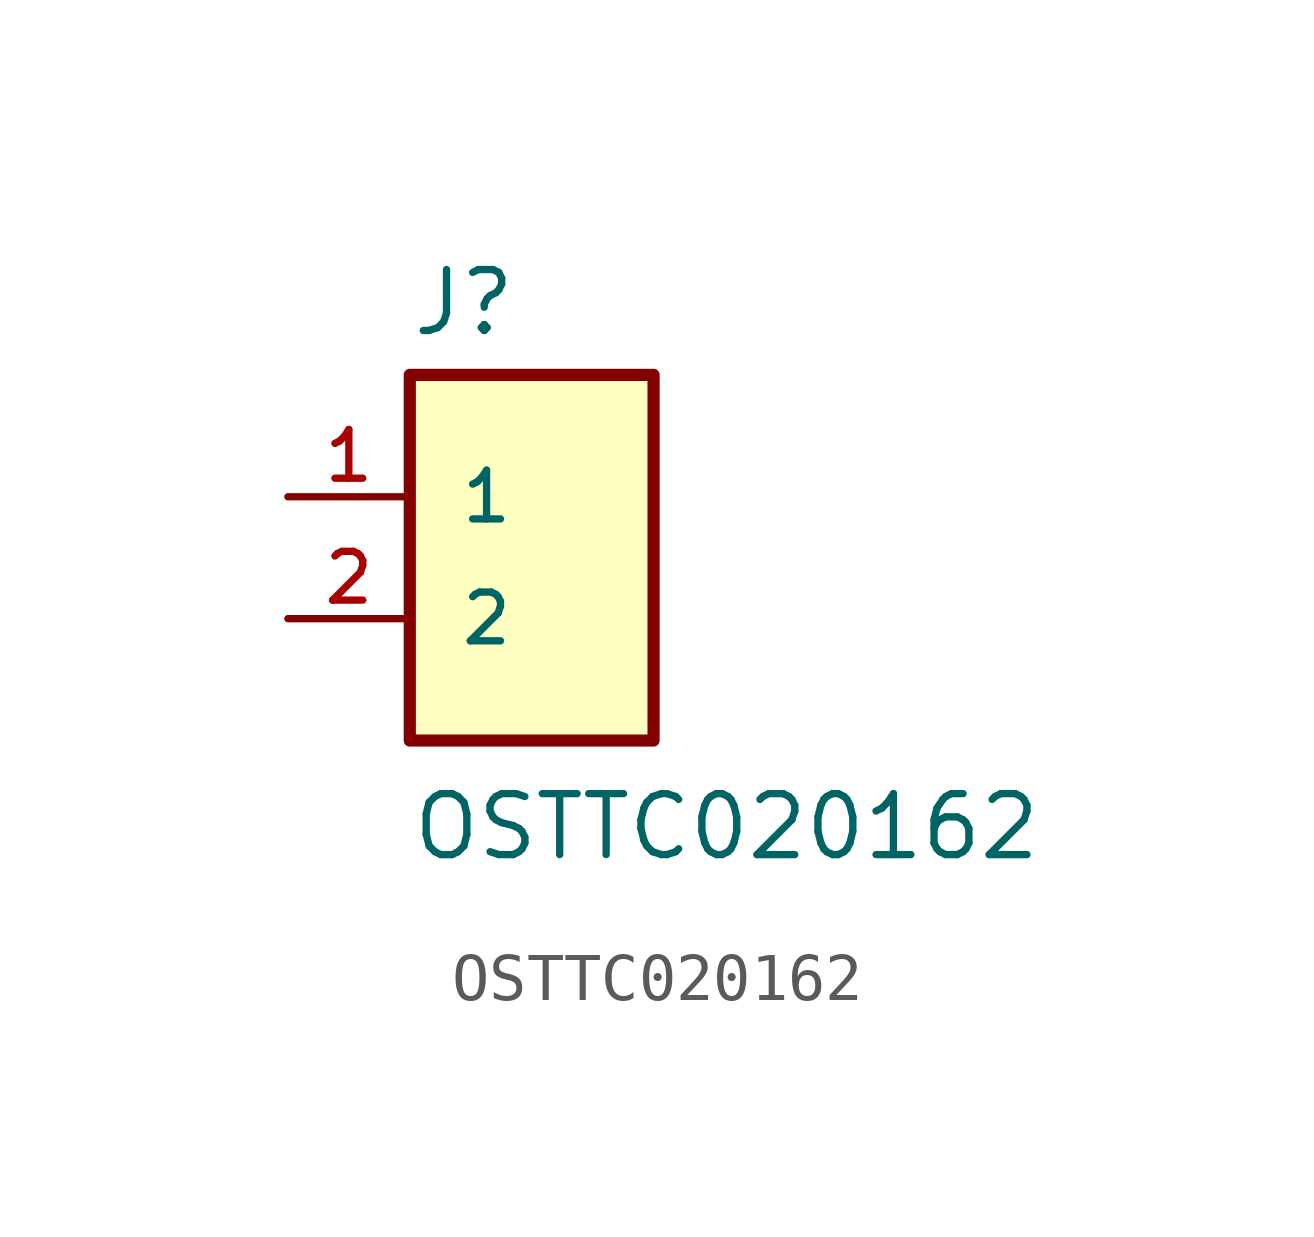
<source format=kicad_sym>
(kicad_symbol_lib
  (version 20211014)
  (generator kicad_symbol_editor)
  (symbol "OSTTC020162"
    (pin_names
      (offset 1.016))
    (property "Reference" "J"
      (at -2.54 5.842 0)
      (effects (font (size 1.27 1.27)) (justify bottom left)))
    (property "Value" "OSTTC020162"
      (at -2.54 -5.08 0)
      (effects (font (size 1.27 1.27)) (justify bottom left)))
    (symbol "OSTTC020162_0_0"
      (rectangle (start -2.54 -2.54) (end 2.54 5.08) (stroke (width 0.254)) (fill (type background)))
      (pin passive line (at -5.08 2.54 0) (length 2.54) (name "1" (effects (font (size 1.016 1.016)))) (number "1" (effects (font (size 1.016 1.016)))))
      (pin passive line (at -5.08 0.0 0) (length 2.54) (name "2" (effects (font (size 1.016 1.016)))) (number "2" (effects (font (size 1.016 1.016))))))))
</source>
